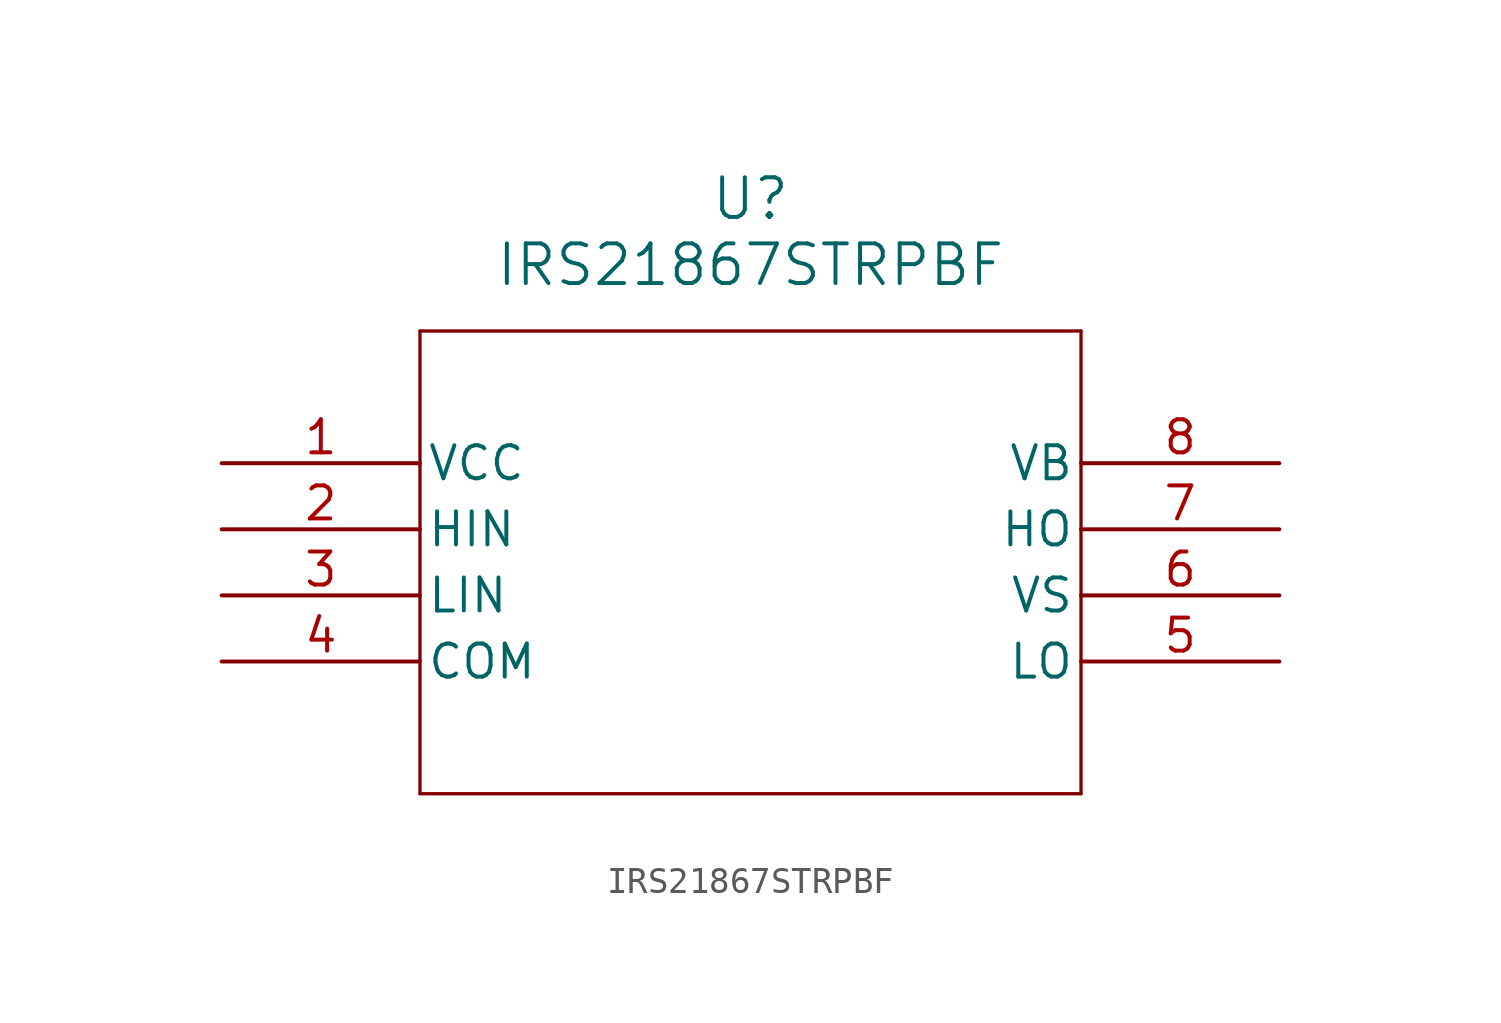
<source format=kicad_sym>
(kicad_symbol_lib
  (version 20211014)
  (generator kicad_symbol_editor)
  (symbol "IRS21867STRPBF"
    (pin_names
      (offset 0.254))
    (property "Reference" "U"
      (at 20.32 10.16 0)
      (effects (font (size 1.524 1.524))))
    (property "Value" "IRS21867STRPBF"
      (at 20.32 7.62 0)
      (effects (font (size 1.524 1.524))))
    (symbol "IRS21867STRPBF_0_1"
      (polyline (pts (xy 7.62 5.08) (xy 7.62 -12.7)) (stroke (width 0.127) (type default) (color 0 0 0 0)) (fill (type none)))
      (polyline (pts (xy 7.62 -12.7) (xy 33.02 -12.7)) (stroke (width 0.127) (type default) (color 0 0 0 0)) (fill (type none)))
      (polyline (pts (xy 33.02 -12.7) (xy 33.02 5.08)) (stroke (width 0.127) (type default) (color 0 0 0 0)) (fill (type none)))
      (polyline (pts (xy 33.02 5.08) (xy 7.62 5.08)) (stroke (width 0.127) (type default) (color 0 0 0 0)) (fill (type none)))
      (pin power_in line (at 0 0 0) (length 7.62) (name "VCC" (effects (font (size 1.27 1.27)))) (number "1" (effects (font (size 1.27 1.27)))))
      (pin unspecified line (at 0 -2.54 0) (length 7.62) (name "HIN" (effects (font (size 1.27 1.27)))) (number "2" (effects (font (size 1.27 1.27)))))
      (pin unspecified line (at 0 -5.08 0) (length 7.62) (name "LIN" (effects (font (size 1.27 1.27)))) (number "3" (effects (font (size 1.27 1.27)))))
      (pin unspecified line (at 0 -7.62 0) (length 7.62) (name "COM" (effects (font (size 1.27 1.27)))) (number "4" (effects (font (size 1.27 1.27)))))
      (pin unspecified line (at 40.64 -7.62 180) (length 7.62) (name "LO" (effects (font (size 1.27 1.27)))) (number "5" (effects (font (size 1.27 1.27)))))
      (pin unspecified line (at 40.64 -5.08 180) (length 7.62) (name "VS" (effects (font (size 1.27 1.27)))) (number "6" (effects (font (size 1.27 1.27)))))
      (pin unspecified line (at 40.64 -2.54 180) (length 7.62) (name "HO" (effects (font (size 1.27 1.27)))) (number "7" (effects (font (size 1.27 1.27)))))
      (pin unspecified line (at 40.64 0 180) (length 7.62) (name "VB" (effects (font (size 1.27 1.27)))) (number "8" (effects (font (size 1.27 1.27))))))))
</source>
